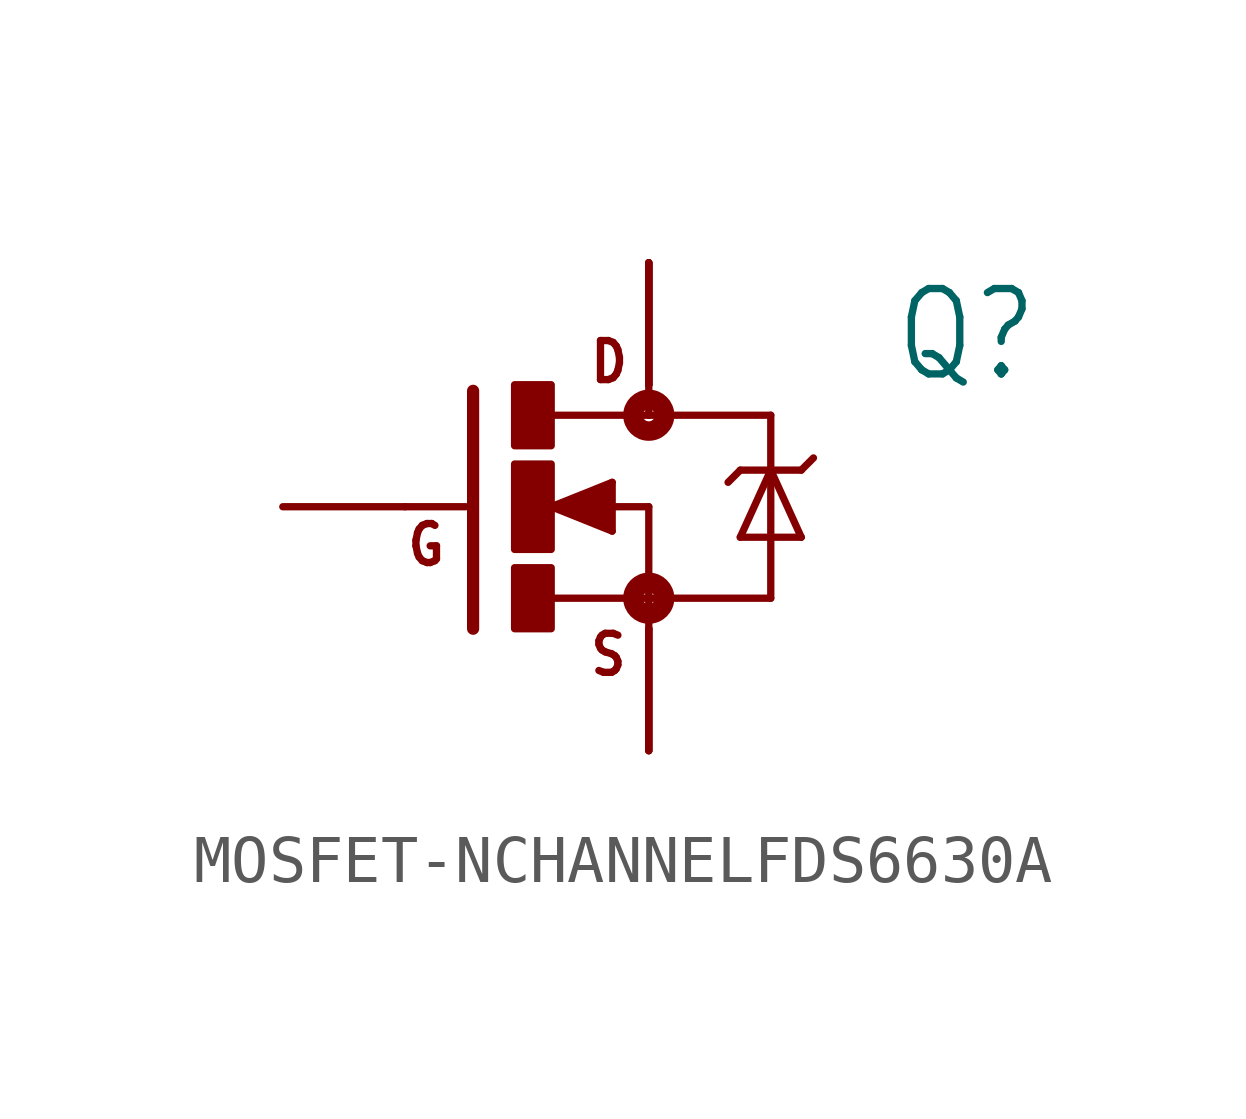
<source format=kicad_sym>
(kicad_symbol_lib
  (version 20241209)
  (generator "kicad_symbol_editor")
  (generator_version "9.0")
  (symbol "MOSFET-NCHANNELFDS6630A"
    (property "Reference" "Q"
      (at 5.08 2.54 0)
      (effects (font (size 1.778 1.511)) (justify left bottom)))
    (property "Value" ""
      (at 5.08 0 0)
      (effects (font (size 1.778 1.511)) (justify left bottom)))
    (property "ki_locked" ""
      (at 0 0 0)
      (effects (font (size 1.27 1.27))))
    (symbol "MOSFET-NCHANNELFDS6630A_1_0"
      (polyline (pts (xy -3.81 0) (xy -5.08 0)) (stroke (width 0.152) (type solid)) (fill (type none)))
      (polyline (pts (xy -3.658 2.413) (xy -3.658 -2.54)) (stroke (width 0.254) (type solid)) (fill (type none)))
      (rectangle (start -2.794 1.27) (end -2.032 2.54) (stroke (width 0) (type default)) (fill (type outline)))
      (rectangle (start -2.794 -0.889) (end -2.032 0.889) (stroke (width 0) (type default)) (fill (type outline)))
      (rectangle (start -2.794 -2.54) (end -2.032 -1.27) (stroke (width 0) (type default)) (fill (type outline)))
      (polyline (pts (xy -2.032 0) (xy -0.762 -0.508)) (stroke (width 0.152) (type solid)) (fill (type none)))
      (polyline (pts (xy -2.032 -1.905) (xy 0 -1.905)) (stroke (width 0.152) (type solid)) (fill (type none)))
      (polyline (pts (xy -1.778 0) (xy -0.889 -0.254)) (stroke (width 0.305) (type solid)) (fill (type none)))
      (polyline (pts (xy -0.889 0.254) (xy -1.778 0)) (stroke (width 0.305) (type solid)) (fill (type none)))
      (polyline (pts (xy -0.889 0) (xy -1.143 0)) (stroke (width 0.305) (type solid)) (fill (type none)))
      (polyline (pts (xy -0.889 0) (xy 0 0)) (stroke (width 0.152) (type solid)) (fill (type none)))
      (polyline (pts (xy -0.889 -0.254) (xy -0.889 0)) (stroke (width 0.305) (type solid)) (fill (type none)))
      (polyline (pts (xy -0.762 0.508) (xy -2.032 0)) (stroke (width 0.152) (type solid)) (fill (type none)))
      (polyline (pts (xy -0.762 -0.508) (xy -0.762 0.508)) (stroke (width 0.152) (type solid)) (fill (type none)))
      (polyline (pts (xy 0 2.54) (xy 0 1.905)) (stroke (width 0.152) (type solid)) (fill (type none)))
      (circle (center 0 1.905) (radius 0.127) (stroke (width 0.406) (type solid)) (fill (type none)))
      (polyline (pts (xy 0 1.905) (xy -2.007 1.905)) (stroke (width 0.152) (type solid)) (fill (type none)))
      (polyline (pts (xy 0 1.905) (xy 2.54 1.905)) (stroke (width 0.152) (type solid)) (fill (type none)))
      (polyline (pts (xy 0 0) (xy 0 -1.905)) (stroke (width 0.152) (type solid)) (fill (type none)))
      (polyline (pts (xy 0 -1.905) (xy 0 -2.54)) (stroke (width 0.152) (type solid)) (fill (type none)))
      (circle (center 0 -1.905) (radius 0.127) (stroke (width 0.406) (type solid)) (fill (type none)))
      (polyline (pts (xy 1.905 0.762) (xy 1.651 0.508)) (stroke (width 0.152) (type solid)) (fill (type none)))
      (polyline (pts (xy 1.905 0.762) (xy 2.54 0.762)) (stroke (width 0.152) (type solid)) (fill (type none)))
      (polyline (pts (xy 1.905 -0.635) (xy 3.175 -0.635)) (stroke (width 0.152) (type solid)) (fill (type none)))
      (polyline (pts (xy 2.54 1.905) (xy 2.54 0.762)) (stroke (width 0.152) (type solid)) (fill (type none)))
      (polyline (pts (xy 2.54 0.762) (xy 1.905 -0.635)) (stroke (width 0.152) (type solid)) (fill (type none)))
      (polyline (pts (xy 2.54 0.762) (xy 2.54 -1.905)) (stroke (width 0.152) (type solid)) (fill (type none)))
      (polyline (pts (xy 2.54 0.762) (xy 3.175 0.762)) (stroke (width 0.152) (type solid)) (fill (type none)))
      (polyline (pts (xy 2.54 -1.905) (xy 0 -1.905)) (stroke (width 0.152) (type solid)) (fill (type none)))
      (polyline (pts (xy 3.175 0.762) (xy 3.429 1.016)) (stroke (width 0.152) (type solid)) (fill (type none)))
      (polyline (pts (xy 3.175 -0.635) (xy 2.54 0.762)) (stroke (width 0.152) (type solid)) (fill (type none)))
      (text "G" (at -5.08 -1.27 0) (effects (font (size 0.813 0.691)) (justify left bottom)))
      (text "D" (at -1.27 2.54 0) (effects (font (size 0.813 0.691)) (justify left bottom)))
      (text "S" (at -1.27 -3.556 0) (effects (font (size 0.813 0.691)) (justify left bottom)))
      (pin passive line (at -7.62 0 0) (length 2.54) (name "G" (effects (font (size 0 0)))) (number "4" (effects (font (size 0 0)))))
      (pin passive line (at 0 5.08 270) (length 2.54) (name "D" (effects (font (size 0 0)))) (number "5" (effects (font (size 0 0)))))
      (pin passive line (at 0 5.08 270) (length 2.54) (name "D" (effects (font (size 0 0)))) (number "6" (effects (font (size 0 0)))))
      (pin passive line (at 0 5.08 270) (length 2.54) (name "D" (effects (font (size 0 0)))) (number "7" (effects (font (size 0 0)))))
      (pin passive line (at 0 5.08 270) (length 2.54) (name "D" (effects (font (size 0 0)))) (number "8" (effects (font (size 0 0)))))
      (pin passive line (at 0 -5.08 90) (length 2.54) (name "S" (effects (font (size 0 0)))) (number "1" (effects (font (size 0 0)))))
      (pin passive line (at 0 -5.08 90) (length 2.54) (name "S" (effects (font (size 0 0)))) (number "2" (effects (font (size 0 0)))))
      (pin passive line (at 0 -5.08 90) (length 2.54) (name "S" (effects (font (size 0 0)))) (number "3" (effects (font (size 0 0))))))))
</source>
